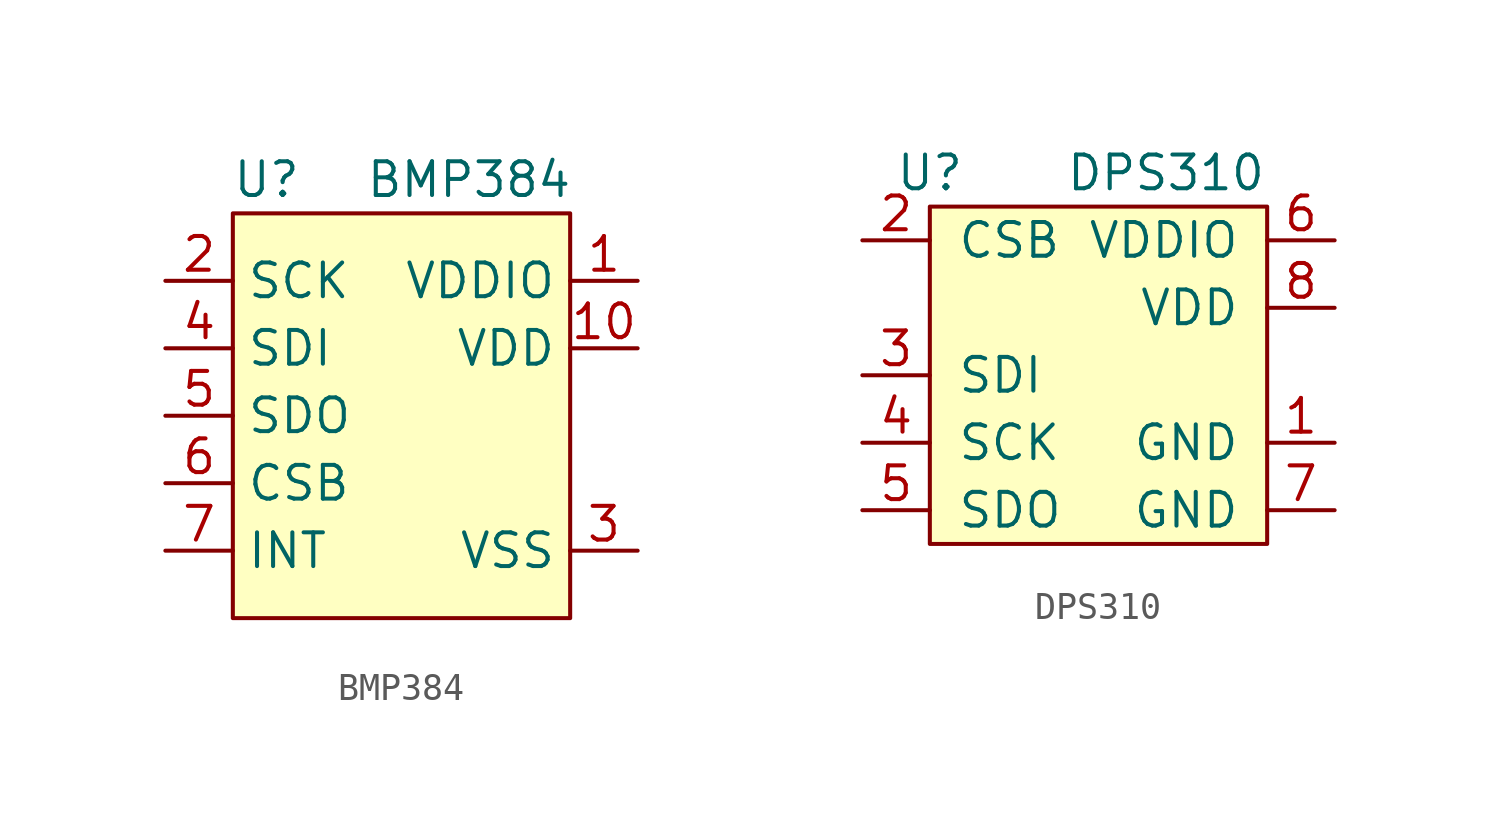
<source format=kicad_sym>
(kicad_symbol_lib
  (version 20211014)
  (generator kicad_symbol_editor)
  (symbol "BMP384"
    (property "Reference" "U"
      (at -5.08 8.89 0)
      (effects (font (size 1.27 1.27))))
    (property "Value" "BMP384"
      (at 2.54 8.89 0)
      (effects (font (size 1.27 1.27))))
    (symbol "BMP384_0_0"
      (pin power_in line (at 8.89 5.08 180) (length 2.54) (name "VDDIO" (effects (font (size 1.27 1.27)))) (number "1" (effects (font (size 1.27 1.27)))))
      (pin power_in line (at 8.89 2.54 180) (length 2.54) (name "VDD" (effects (font (size 1.27 1.27)))) (number "10" (effects (font (size 1.27 1.27)))))
      (pin input line (at -8.89 5.08 0) (length 2.54) (name "SCK" (effects (font (size 1.27 1.27)))) (number "2" (effects (font (size 1.27 1.27)))))
      (pin power_in line (at 8.89 -5.08 180) (length 2.54) (name "VSS" (effects (font (size 1.27 1.27)))) (number "3" (effects (font (size 1.27 1.27)))))
      (pin bidirectional line (at -8.89 2.54 0) (length 2.54) (name "SDI" (effects (font (size 1.27 1.27)))) (number "4" (effects (font (size 1.27 1.27)))))
      (pin bidirectional line (at -8.89 0 0) (length 2.54) (name "SDO" (effects (font (size 1.27 1.27)))) (number "5" (effects (font (size 1.27 1.27)))))
      (pin input line (at -8.89 -2.54 0) (length 2.54) (name "CSB" (effects (font (size 1.27 1.27)))) (number "6" (effects (font (size 1.27 1.27)))))
      (pin output line (at -8.89 -5.08 0) (length 2.54) (name "INT" (effects (font (size 1.27 1.27)))) (number "7" (effects (font (size 1.27 1.27)))))
      (pin power_in line (at 8.89 -5.08 180) (length 2.54) hide (name "VSS" (effects (font (size 1.27 1.27)))) (number "8" (effects (font (size 1.27 1.27)))))
      (pin power_in line (at 8.89 -5.08 180) (length 2.54) hide (name "VSS" (effects (font (size 1.27 1.27)))) (number "9" (effects (font (size 1.27 1.27))))))
    (symbol "BMP384_0_1"
      (rectangle (start -6.35 7.62) (end 6.35 -7.62) (stroke (width 0) (type default) (color 0 0 0 0)) (fill (type background)))))
  (symbol "DPS310"
    (pin_names
      (offset 1.016))
    (property "Reference" "U"
      (at -6.35 7.62 0)
      (effects (font (size 1.27 1.27))))
    (property "Value" "DPS310"
      (at 2.54 7.62 0)
      (effects (font (size 1.27 1.27))))
    (symbol "DPS310_0_1"
      (rectangle (start -6.35 6.35) (end 6.35 -6.35) (stroke (width 0) (type default) (color 0 0 0 0)) (fill (type background))))
    (symbol "DPS310_1_1"
      (pin power_in line (at 8.89 -2.54 180) (length 2.54) (name "GND" (effects (font (size 1.27 1.27)))) (number "1" (effects (font (size 1.27 1.27)))))
      (pin input line (at -8.89 5.08 0) (length 2.54) (name "CSB" (effects (font (size 1.27 1.27)))) (number "2" (effects (font (size 1.27 1.27)))))
      (pin bidirectional line (at -8.89 0 0) (length 2.54) (name "SDI" (effects (font (size 1.27 1.27)))) (number "3" (effects (font (size 1.27 1.27)))))
      (pin input line (at -8.89 -2.54 0) (length 2.54) (name "SCK" (effects (font (size 1.27 1.27)))) (number "4" (effects (font (size 1.27 1.27)))))
      (pin output line (at -8.89 -5.08 0) (length 2.54) (name "SDO" (effects (font (size 1.27 1.27)))) (number "5" (effects (font (size 1.27 1.27)))))
      (pin power_in line (at 8.89 5.08 180) (length 2.54) (name "VDDIO" (effects (font (size 1.27 1.27)))) (number "6" (effects (font (size 1.27 1.27)))))
      (pin power_in line (at 8.89 -5.08 180) (length 2.54) (name "GND" (effects (font (size 1.27 1.27)))) (number "7" (effects (font (size 1.27 1.27)))))
      (pin power_in line (at 8.89 2.54 180) (length 2.54) (name "VDD" (effects (font (size 1.27 1.27)))) (number "8" (effects (font (size 1.27 1.27))))))))
</source>
